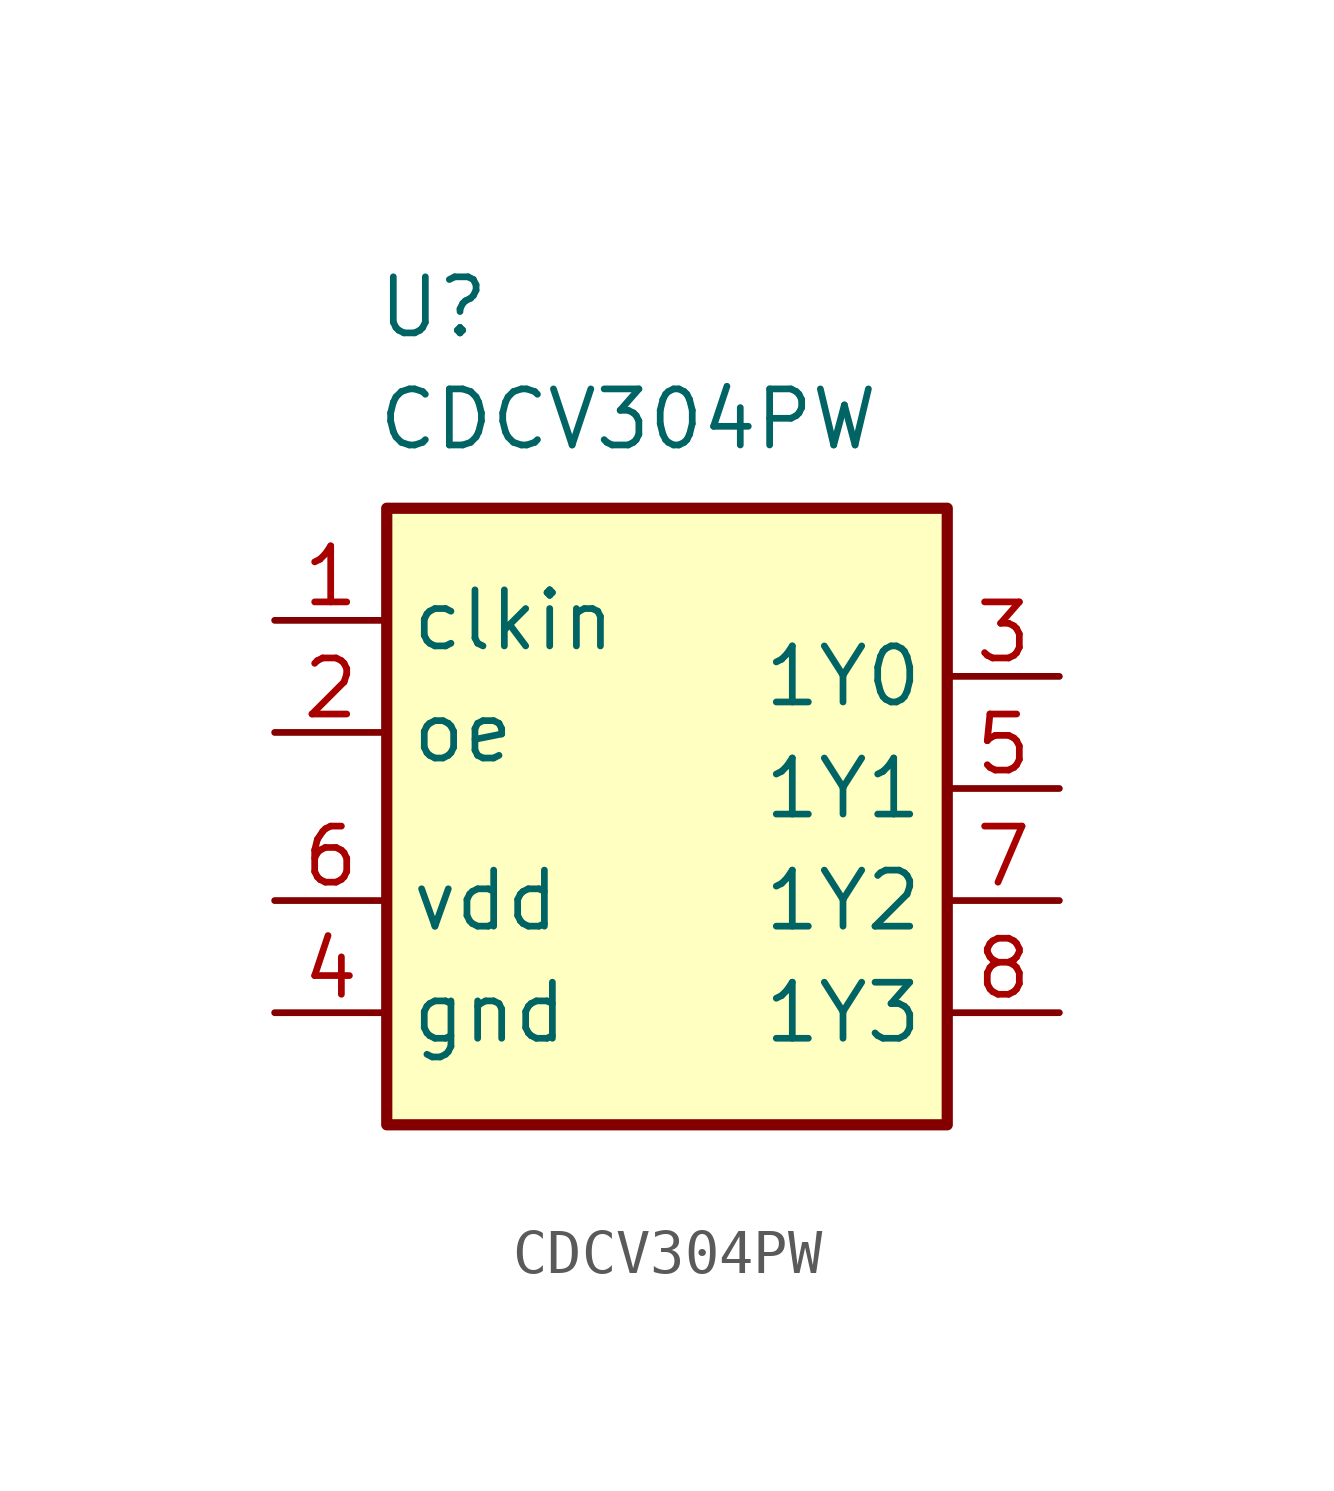
<source format=kicad_sym>
(kicad_symbol_lib
  (version 20231120)
  (generator "kicad_symbol_editor")
  (generator_version "8.0")
  (symbol "CDCV304PW"
    (property "Reference" "U"
      (at -6.604 3.81 0)
      (effects (font (size 1.27 1.27)) (justify left bottom)))
    (property "Value" "CDCV304PW"
      (at -6.604 1.27 0)
      (effects (font (size 1.27 1.27)) (justify left bottom)))
    (symbol "CDCV304PW_0_1"
      (rectangle (start -6.35 0) (end 6.35 -13.97) (stroke (width 0.254) (type default)) (fill (type background))))
    (symbol "CDCV304PW_1_1"
      (pin input line (at -8.89 -2.54 0) (length 2.54) (name "clkin" (effects (font (size 1.27 1.27)))) (number "1" (effects (font (size 1.27 1.27)))))
      (pin input line (at -8.89 -5.08 0) (length 2.54) (name "oe" (effects (font (size 1.27 1.27)))) (number "2" (effects (font (size 1.27 1.27)))))
      (pin output line (at 8.89 -3.81 180) (length 2.54) (name "1Y0" (effects (font (size 1.27 1.27)))) (number "3" (effects (font (size 1.27 1.27)))))
      (pin power_in line (at -8.89 -11.43 0) (length 2.54) (name "gnd" (effects (font (size 1.27 1.27)))) (number "4" (effects (font (size 1.27 1.27)))))
      (pin output line (at 8.89 -6.35 180) (length 2.54) (name "1Y1" (effects (font (size 1.27 1.27)))) (number "5" (effects (font (size 1.27 1.27)))))
      (pin power_in line (at -8.89 -8.89 0) (length 2.54) (name "vdd" (effects (font (size 1.27 1.27)))) (number "6" (effects (font (size 1.27 1.27)))))
      (pin output line (at 8.89 -8.89 180) (length 2.54) (name "1Y2" (effects (font (size 1.27 1.27)))) (number "7" (effects (font (size 1.27 1.27)))))
      (pin output line (at 8.89 -11.43 180) (length 2.54) (name "1Y3" (effects (font (size 1.27 1.27)))) (number "8" (effects (font (size 1.27 1.27))))))))
</source>
